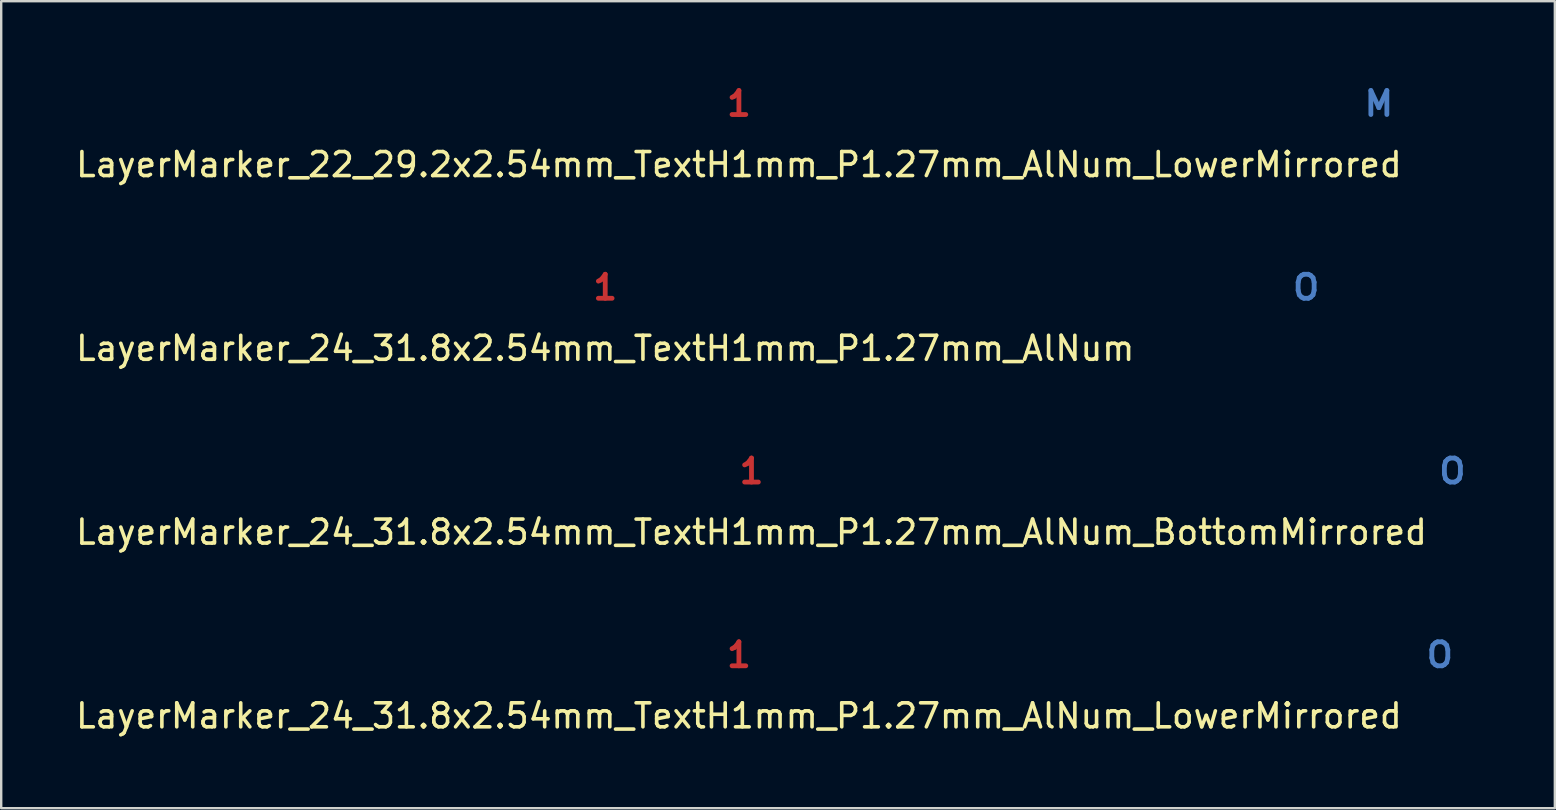
<source format=kicad_pcb>
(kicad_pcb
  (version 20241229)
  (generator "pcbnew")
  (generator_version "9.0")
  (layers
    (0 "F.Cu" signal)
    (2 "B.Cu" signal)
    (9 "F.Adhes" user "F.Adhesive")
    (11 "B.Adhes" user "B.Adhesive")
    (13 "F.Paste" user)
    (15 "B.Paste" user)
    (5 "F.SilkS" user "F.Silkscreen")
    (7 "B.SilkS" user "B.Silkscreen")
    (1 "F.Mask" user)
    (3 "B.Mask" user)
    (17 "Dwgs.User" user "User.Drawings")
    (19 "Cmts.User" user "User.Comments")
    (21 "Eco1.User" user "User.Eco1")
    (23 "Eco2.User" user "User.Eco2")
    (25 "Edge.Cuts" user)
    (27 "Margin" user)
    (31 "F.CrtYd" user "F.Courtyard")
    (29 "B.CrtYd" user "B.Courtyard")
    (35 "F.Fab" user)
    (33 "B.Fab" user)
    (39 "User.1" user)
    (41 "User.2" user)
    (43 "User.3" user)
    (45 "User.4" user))
  (footprint "LayerMarker_24_31.8x2.54mm_TextH1mm_P1.27mm_AlNum_LowerMirrored"
    (layer "F.Cu")
    (at 27.744 25.515)
    (property "Reference" "LayerMarker_24_31.8x2.54mm_TextH1mm_P1.27mm_AlNum_LowerMirrored" (at 0 1.27 0) (layer "F.SilkS") (effects (font (size 1 1) (thickness 0.15))))
    (attr board_only exclude_from_pos_files exclude_from_bom allow_missing_courtyard)
    (fp_text user "1" (at 0 -1.27 0) (layer "F.Cu") (effects (font (size 1 1) (thickness 0.2))))
    (fp_text user "O" (at 29.21 -1.27 0) (layer "B.Cu") (effects (font (size 1 1) (thickness 0.2)) (justify mirror)))
    (fp_text user "2" (at 1.27 -1.27 0) (layer "In1.Cu") (effects (font (size 1 1) (thickness 0.2))))
    (fp_text user "3" (at 2.54 -1.27 0) (layer "In2.Cu") (effects (font (size 1 1) (thickness 0.2))))
    (fp_text user "4" (at 3.81 -1.27 0) (layer "In3.Cu") (effects (font (size 1 1) (thickness 0.2))))
    (fp_text user "5" (at 5.08 -1.27 0) (layer "In4.Cu") (effects (font (size 1 1) (thickness 0.2))))
    (fp_text user "6" (at 6.35 -1.27 0) (layer "In5.Cu") (effects (font (size 1 1) (thickness 0.2))))
    (fp_text user "7" (at 7.62 -1.27 0) (layer "In6.Cu") (effects (font (size 1 1) (thickness 0.2))))
    (fp_text user "8" (at 8.89 -1.27 0) (layer "In7.Cu") (effects (font (size 1 1) (thickness 0.2))))
    (fp_text user "9" (at 10.16 -1.27 0) (layer "In8.Cu") (effects (font (size 1 1) (thickness 0.2))))
    (fp_text user "A" (at 11.43 -1.27 0) (layer "In9.Cu") (effects (font (size 1 1) (thickness 0.2))))
    (fp_text user "B" (at 12.7 -1.27 0) (layer "In10.Cu") (effects (font (size 1 1) (thickness 0.2))))
    (fp_text user "C" (at 13.97 -1.27 0) (layer "In11.Cu") (effects (font (size 1 1) (thickness 0.2))))
    (fp_text user "D" (at 15.24 -1.27 0) (layer "In12.Cu") (effects (font (size 1 1) (thickness 0.2)) (justify mirror)))
    (fp_text user "E" (at 16.51 -1.27 0) (layer "In13.Cu") (effects (font (size 1 1) (thickness 0.2)) (justify mirror)))
    (fp_text user "F" (at 17.78 -1.27 0) (layer "In14.Cu") (effects (font (size 1 1) (thickness 0.2)) (justify mirror)))
    (fp_text user "G" (at 19.05 -1.27 0) (layer "In15.Cu") (effects (font (size 1 1) (thickness 0.2)) (justify mirror)))
    (fp_text user "H" (at 20.32 -1.27 0) (layer "In16.Cu") (effects (font (size 1 1) (thickness 0.2)) (justify mirror)))
    (fp_text user "I" (at 21.59 -1.27 0) (layer "In17.Cu") (effects (font (size 1 1) (thickness 0.2)) (justify mirror)))
    (fp_text user "J" (at 22.86 -1.27 0) (layer "In18.Cu") (effects (font (size 1 1) (thickness 0.2)) (justify mirror)))
    (fp_text user "K" (at 24.13 -1.27 0) (layer "In19.Cu") (effects (font (size 1 1) (thickness 0.2)) (justify mirror)))
    (fp_text user "L" (at 25.4 -1.27 0) (layer "In20.Cu") (effects (font (size 1 1) (thickness 0.2)) (justify mirror)))
    (fp_text user "M" (at 26.67 -1.27 0) (layer "In21.Cu") (effects (font (size 1 1) (thickness 0.2)) (justify mirror)))
    (fp_text user "N" (at 27.94 -1.27 0) (layer "In22.Cu") (effects (font (size 1 1) (thickness 0.2)) (justify mirror)))
    (zone (net_name "") (layers "F.Cu" "B.Cu") (hatch edge 0.5) (connect_pads) (min_thickness 0.25) (filled_areas_thickness no) (keepout (tracks not_allowed) (vias not_allowed) (pads not_allowed) (copperpour not_allowed) (footprints allowed)) (placement (enabled no)) (fill) (polygon (pts (xy 26.474 22.975) (xy 58.224 22.975) (xy 58.224 25.515) (xy 26.474 25.515)))))
  (footprint "LayerMarker_24_31.8x2.54mm_TextH1mm_P1.27mm_AlNum"
    (layer "F.Cu")
    (at 22.173 10.198)
    (property "Reference" "LayerMarker_24_31.8x2.54mm_TextH1mm_P1.27mm_AlNum" (at 0 1.27 0) (layer "F.SilkS") (effects (font (size 1 1) (thickness 0.15))))
    (attr board_only exclude_from_pos_files exclude_from_bom allow_missing_courtyard)
    (fp_text user "1" (at 0 -1.27 0) (layer "F.Cu") (effects (font (size 1 1) (thickness 0.2))))
    (fp_text user "O" (at 29.21 -1.27 0) (layer "B.Cu") (effects (font (size 1 1) (thickness 0.2))))
    (fp_text user "2" (at 1.27 -1.27 0) (layer "In1.Cu") (effects (font (size 1 1) (thickness 0.2))))
    (fp_text user "3" (at 2.54 -1.27 0) (layer "In2.Cu") (effects (font (size 1 1) (thickness 0.2))))
    (fp_text user "4" (at 3.81 -1.27 0) (layer "In3.Cu") (effects (font (size 1 1) (thickness 0.2))))
    (fp_text user "5" (at 5.08 -1.27 0) (layer "In4.Cu") (effects (font (size 1 1) (thickness 0.2))))
    (fp_text user "6" (at 6.35 -1.27 0) (layer "In5.Cu") (effects (font (size 1 1) (thickness 0.2))))
    (fp_text user "7" (at 7.62 -1.27 0) (layer "In6.Cu") (effects (font (size 1 1) (thickness 0.2))))
    (fp_text user "8" (at 8.89 -1.27 0) (layer "In7.Cu") (effects (font (size 1 1) (thickness 0.2))))
    (fp_text user "9" (at 10.16 -1.27 0) (layer "In8.Cu") (effects (font (size 1 1) (thickness 0.2))))
    (fp_text user "A" (at 11.43 -1.27 0) (layer "In9.Cu") (effects (font (size 1 1) (thickness 0.2))))
    (fp_text user "B" (at 12.7 -1.27 0) (layer "In10.Cu") (effects (font (size 1 1) (thickness 0.2))))
    (fp_text user "C" (at 13.97 -1.27 0) (layer "In11.Cu") (effects (font (size 1 1) (thickness 0.2))))
    (fp_text user "D" (at 15.24 -1.27 0) (layer "In12.Cu") (effects (font (size 1 1) (thickness 0.2))))
    (fp_text user "E" (at 16.51 -1.27 0) (layer "In13.Cu") (effects (font (size 1 1) (thickness 0.2))))
    (fp_text user "F" (at 17.78 -1.27 0) (layer "In14.Cu") (effects (font (size 1 1) (thickness 0.2))))
    (fp_text user "G" (at 19.05 -1.27 0) (layer "In15.Cu") (effects (font (size 1 1) (thickness 0.2))))
    (fp_text user "H" (at 20.32 -1.27 0) (layer "In16.Cu") (effects (font (size 1 1) (thickness 0.2))))
    (fp_text user "I" (at 21.59 -1.27 0) (layer "In17.Cu") (effects (font (size 1 1) (thickness 0.2))))
    (fp_text user "J" (at 22.86 -1.27 0) (layer "In18.Cu") (effects (font (size 1 1) (thickness 0.2))))
    (fp_text user "K" (at 24.13 -1.27 0) (layer "In19.Cu") (effects (font (size 1 1) (thickness 0.2))))
    (fp_text user "L" (at 25.4 -1.27 0) (layer "In20.Cu") (effects (font (size 1 1) (thickness 0.2))))
    (fp_text user "M" (at 26.67 -1.27 0) (layer "In21.Cu") (effects (font (size 1 1) (thickness 0.2))))
    (fp_text user "N" (at 27.94 -1.27 0) (layer "In22.Cu") (effects (font (size 1 1) (thickness 0.2))))
    (zone (net_name "") (layers "F.Cu" "B.Cu") (hatch edge 0.5) (connect_pads) (min_thickness 0.25) (filled_areas_thickness no) (keepout (tracks not_allowed) (vias not_allowed) (pads not_allowed) (copperpour not_allowed) (footprints allowed)) (placement (enabled no)) (fill) (polygon (pts (xy 20.903 7.658) (xy 52.653 7.658) (xy 52.653 10.198) (xy 20.903 10.198)))))
  (footprint "LayerMarker_24_31.8x2.54mm_TextH1mm_P1.27mm_AlNum_BottomMirrored"
    (layer "F.Cu")
    (at 28.268 17.857)
    (property "Reference" "LayerMarker_24_31.8x2.54mm_TextH1mm_P1.27mm_AlNum_BottomMirrored" (at 0 1.27 0) (layer "F.SilkS") (effects (font (size 1 1) (thickness 0.15))))
    (attr board_only exclude_from_pos_files exclude_from_bom allow_missing_courtyard)
    (fp_text user "1" (at 0 -1.27 0) (layer "F.Cu") (effects (font (size 1 1) (thickness 0.2))))
    (fp_text user "O" (at 29.21 -1.27 0) (layer "B.Cu") (effects (font (size 1 1) (thickness 0.2)) (justify mirror)))
    (fp_text user "2" (at 1.27 -1.27 0) (layer "In1.Cu") (effects (font (size 1 1) (thickness 0.2))))
    (fp_text user "3" (at 2.54 -1.27 0) (layer "In2.Cu") (effects (font (size 1 1) (thickness 0.2))))
    (fp_text user "4" (at 3.81 -1.27 0) (layer "In3.Cu") (effects (font (size 1 1) (thickness 0.2))))
    (fp_text user "5" (at 5.08 -1.27 0) (layer "In4.Cu") (effects (font (size 1 1) (thickness 0.2))))
    (fp_text user "6" (at 6.35 -1.27 0) (layer "In5.Cu") (effects (font (size 1 1) (thickness 0.2))))
    (fp_text user "7" (at 7.62 -1.27 0) (layer "In6.Cu") (effects (font (size 1 1) (thickness 0.2))))
    (fp_text user "8" (at 8.89 -1.27 0) (layer "In7.Cu") (effects (font (size 1 1) (thickness 0.2))))
    (fp_text user "9" (at 10.16 -1.27 0) (layer "In8.Cu") (effects (font (size 1 1) (thickness 0.2))))
    (fp_text user "A" (at 11.43 -1.27 0) (layer "In9.Cu") (effects (font (size 1 1) (thickness 0.2))))
    (fp_text user "B" (at 12.7 -1.27 0) (layer "In10.Cu") (effects (font (size 1 1) (thickness 0.2))))
    (fp_text user "C" (at 13.97 -1.27 0) (layer "In11.Cu") (effects (font (size 1 1) (thickness 0.2))))
    (fp_text user "D" (at 15.24 -1.27 0) (layer "In12.Cu") (effects (font (size 1 1) (thickness 0.2))))
    (fp_text user "E" (at 16.51 -1.27 0) (layer "In13.Cu") (effects (font (size 1 1) (thickness 0.2))))
    (fp_text user "F" (at 17.78 -1.27 0) (layer "In14.Cu") (effects (font (size 1 1) (thickness 0.2))))
    (fp_text user "G" (at 19.05 -1.27 0) (layer "In15.Cu") (effects (font (size 1 1) (thickness 0.2))))
    (fp_text user "H" (at 20.32 -1.27 0) (layer "In16.Cu") (effects (font (size 1 1) (thickness 0.2))))
    (fp_text user "I" (at 21.59 -1.27 0) (layer "In17.Cu") (effects (font (size 1 1) (thickness 0.2))))
    (fp_text user "J" (at 22.86 -1.27 0) (layer "In18.Cu") (effects (font (size 1 1) (thickness 0.2))))
    (fp_text user "K" (at 24.13 -1.27 0) (layer "In19.Cu") (effects (font (size 1 1) (thickness 0.2))))
    (fp_text user "L" (at 25.4 -1.27 0) (layer "In20.Cu") (effects (font (size 1 1) (thickness 0.2))))
    (fp_text user "M" (at 26.67 -1.27 0) (layer "In21.Cu") (effects (font (size 1 1) (thickness 0.2))))
    (fp_text user "N" (at 27.94 -1.27 0) (layer "In22.Cu") (effects (font (size 1 1) (thickness 0.2))))
    (zone (net_name "") (layers "F.Cu" "B.Cu") (hatch edge 0.5) (connect_pads) (min_thickness 0.25) (filled_areas_thickness no) (keepout (tracks not_allowed) (vias not_allowed) (pads not_allowed) (copperpour not_allowed) (footprints allowed)) (placement (enabled no)) (fill) (polygon (pts (xy 26.998 15.316) (xy 58.748 15.316) (xy 58.748 17.857) (xy 26.998 17.857)))))
  (footprint "LayerMarker_22_29.2x2.54mm_TextH1mm_P1.27mm_AlNum_LowerMirrored"
    (layer "F.Cu")
    (at 27.744 2.54)
    (property "Reference" "LayerMarker_22_29.2x2.54mm_TextH1mm_P1.27mm_AlNum_LowerMirrored" (at 0 1.27 0) (layer "F.SilkS") (effects (font (size 1 1) (thickness 0.15))))
    (attr board_only exclude_from_pos_files exclude_from_bom allow_missing_courtyard)
    (fp_text user "1" (at 0 -1.27 0) (layer "F.Cu") (effects (font (size 1 1) (thickness 0.2))))
    (fp_text user "M" (at 26.67 -1.27 0) (layer "B.Cu") (effects (font (size 1 1) (thickness 0.2)) (justify mirror)))
    (fp_text user "2" (at 1.27 -1.27 0) (layer "In1.Cu") (effects (font (size 1 1) (thickness 0.2))))
    (fp_text user "3" (at 2.54 -1.27 0) (layer "In2.Cu") (effects (font (size 1 1) (thickness 0.2))))
    (fp_text user "4" (at 3.81 -1.27 0) (layer "In3.Cu") (effects (font (size 1 1) (thickness 0.2))))
    (fp_text user "5" (at 5.08 -1.27 0) (layer "In4.Cu") (effects (font (size 1 1) (thickness 0.2))))
    (fp_text user "6" (at 6.35 -1.27 0) (layer "In5.Cu") (effects (font (size 1 1) (thickness 0.2))))
    (fp_text user "7" (at 7.62 -1.27 0) (layer "In6.Cu") (effects (font (size 1 1) (thickness 0.2))))
    (fp_text user "8" (at 8.89 -1.27 0) (layer "In7.Cu") (effects (font (size 1 1) (thickness 0.2))))
    (fp_text user "9" (at 10.16 -1.27 0) (layer "In8.Cu") (effects (font (size 1 1) (thickness 0.2))))
    (fp_text user "A" (at 11.43 -1.27 0) (layer "In9.Cu") (effects (font (size 1 1) (thickness 0.2))))
    (fp_text user "B" (at 12.7 -1.27 0) (layer "In10.Cu") (effects (font (size 1 1) (thickness 0.2))))
    (fp_text user "C" (at 13.97 -1.27 0) (layer "In11.Cu") (effects (font (size 1 1) (thickness 0.2)) (justify mirror)))
    (fp_text user "D" (at 15.24 -1.27 0) (layer "In12.Cu") (effects (font (size 1 1) (thickness 0.2)) (justify mirror)))
    (fp_text user "E" (at 16.51 -1.27 0) (layer "In13.Cu") (effects (font (size 1 1) (thickness 0.2)) (justify mirror)))
    (fp_text user "F" (at 17.78 -1.27 0) (layer "In14.Cu") (effects (font (size 1 1) (thickness 0.2)) (justify mirror)))
    (fp_text user "G" (at 19.05 -1.27 0) (layer "In15.Cu") (effects (font (size 1 1) (thickness 0.2)) (justify mirror)))
    (fp_text user "H" (at 20.32 -1.27 0) (layer "In16.Cu") (effects (font (size 1 1) (thickness 0.2)) (justify mirror)))
    (fp_text user "I" (at 21.59 -1.27 0) (layer "In17.Cu") (effects (font (size 1 1) (thickness 0.2)) (justify mirror)))
    (fp_text user "J" (at 22.86 -1.27 0) (layer "In18.Cu") (effects (font (size 1 1) (thickness 0.2)) (justify mirror)))
    (fp_text user "K" (at 24.13 -1.27 0) (layer "In19.Cu") (effects (font (size 1 1) (thickness 0.2)) (justify mirror)))
    (fp_text user "L" (at 25.4 -1.27 0) (layer "In20.Cu") (effects (font (size 1 1) (thickness 0.2)) (justify mirror)))
    (zone (net_name "") (layers "F.Cu" "B.Cu") (hatch edge 0.5) (connect_pads) (min_thickness 0.25) (filled_areas_thickness no) (keepout (tracks not_allowed) (vias not_allowed) (pads not_allowed) (copperpour not_allowed) (footprints allowed)) (placement (enabled no)) (fill) (polygon (pts (xy 26.474 0) (xy 55.684 0) (xy 55.684 2.54) (xy 26.474 2.54)))))
  (gr_rect
    (start -3 -3)
    (end 61.748 30.633)
    (stroke (width 0.1) (type default))
    (fill no)
    (layer "Edge.Cuts")))
</source>
